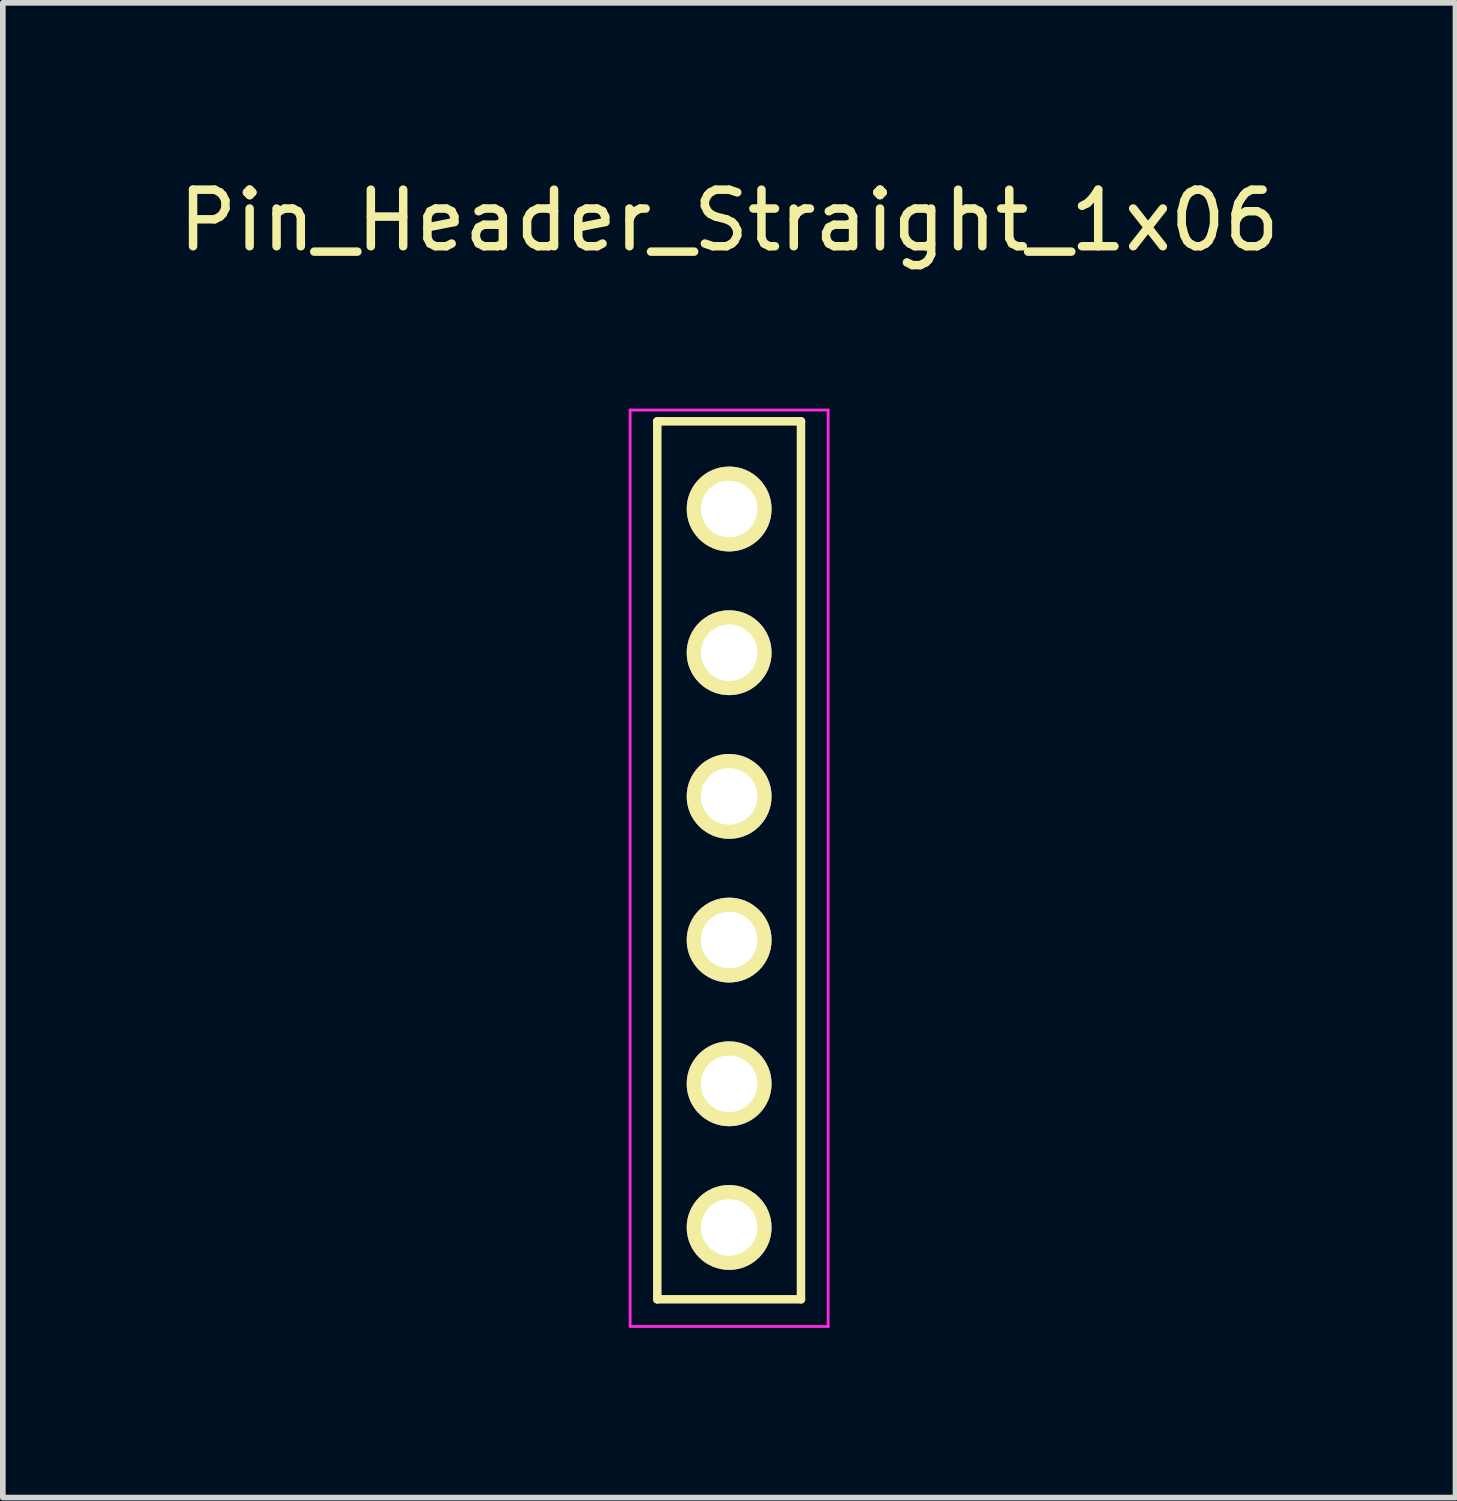
<source format=kicad_pcb>
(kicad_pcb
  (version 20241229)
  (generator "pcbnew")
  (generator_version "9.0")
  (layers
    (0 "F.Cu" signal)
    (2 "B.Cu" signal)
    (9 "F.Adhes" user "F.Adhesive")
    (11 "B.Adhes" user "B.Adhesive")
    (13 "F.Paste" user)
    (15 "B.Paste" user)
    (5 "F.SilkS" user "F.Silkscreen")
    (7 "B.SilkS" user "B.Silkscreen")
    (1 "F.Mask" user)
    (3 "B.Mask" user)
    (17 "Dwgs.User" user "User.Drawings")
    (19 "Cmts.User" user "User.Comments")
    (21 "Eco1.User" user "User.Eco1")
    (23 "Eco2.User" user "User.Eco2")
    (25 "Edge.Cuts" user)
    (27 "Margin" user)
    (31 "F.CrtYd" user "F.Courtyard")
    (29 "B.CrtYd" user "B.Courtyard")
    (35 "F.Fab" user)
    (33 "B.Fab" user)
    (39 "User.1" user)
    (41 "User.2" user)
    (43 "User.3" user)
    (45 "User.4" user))
  (footprint "Pin_Header_Straight_1x06"
    (layer "F.Cu")
    (at 9.839 5.948)
    (property "Reference" "Pin_Header_Straight_1x06" (at 0 -5.1 0) (layer "F.SilkS") (effects (font (size 1 1) (thickness 0.15))))
    (attr through_hole)
    (fp_line (start -1.27 -1.55) (end 1.27 -1.55) (stroke (width 0.15) (type solid)) (layer "F.SilkS"))
    (fp_line (start -1.27 13.97) (end -1.27 -1.55) (stroke (width 0.15) (type solid)) (layer "F.SilkS"))
    (fp_line (start 1.27 -1.55) (end 1.27 13.97) (stroke (width 0.15) (type solid)) (layer "F.SilkS"))
    (fp_line (start 1.27 13.97) (end -1.27 13.97) (stroke (width 0.15) (type solid)) (layer "F.SilkS"))
    (fp_line (start -1.75 -1.75) (end -1.75 14.45) (stroke (width 0.05) (type solid)) (layer "F.CrtYd"))
    (fp_line (start -1.75 -1.75) (end 1.75 -1.75) (stroke (width 0.05) (type solid)) (layer "F.CrtYd"))
    (fp_line (start -1.75 14.45) (end 1.75 14.45) (stroke (width 0.05) (type solid)) (layer "F.CrtYd"))
    (fp_line (start 1.75 -1.75) (end 1.75 14.45) (stroke (width 0.05) (type solid)) (layer "F.CrtYd"))
    (pad "1" thru_hole circle (at 0 0) (size 1.5 1.5) (drill 1) (layers "*.Cu" "*.Mask" "F.SilkS"))
    (pad "2" thru_hole circle (at 0 2.54) (size 1.5 1.5) (drill 1) (layers "*.Cu" "*.Mask" "F.SilkS"))
    (pad "3" thru_hole circle (at 0 5.08) (size 1.5 1.5) (drill 1) (layers "*.Cu" "*.Mask" "F.SilkS"))
    (pad "4" thru_hole circle (at 0 7.62) (size 1.5 1.5) (drill 1) (layers "*.Cu" "*.Mask" "F.SilkS"))
    (pad "5" thru_hole circle (at 0 10.16) (size 1.5 1.5) (drill 1) (layers "*.Cu" "*.Mask" "F.SilkS"))
    (pad "6" thru_hole circle (at 0 12.7) (size 1.5 1.5) (drill 1) (layers "*.Cu" "*.Mask" "F.SilkS")))
  (gr_rect
    (start -3 -3)
    (end 22.679 23.423)
    (stroke (width 0.1) (type default))
    (fill no)
    (layer "Edge.Cuts")))
</source>
